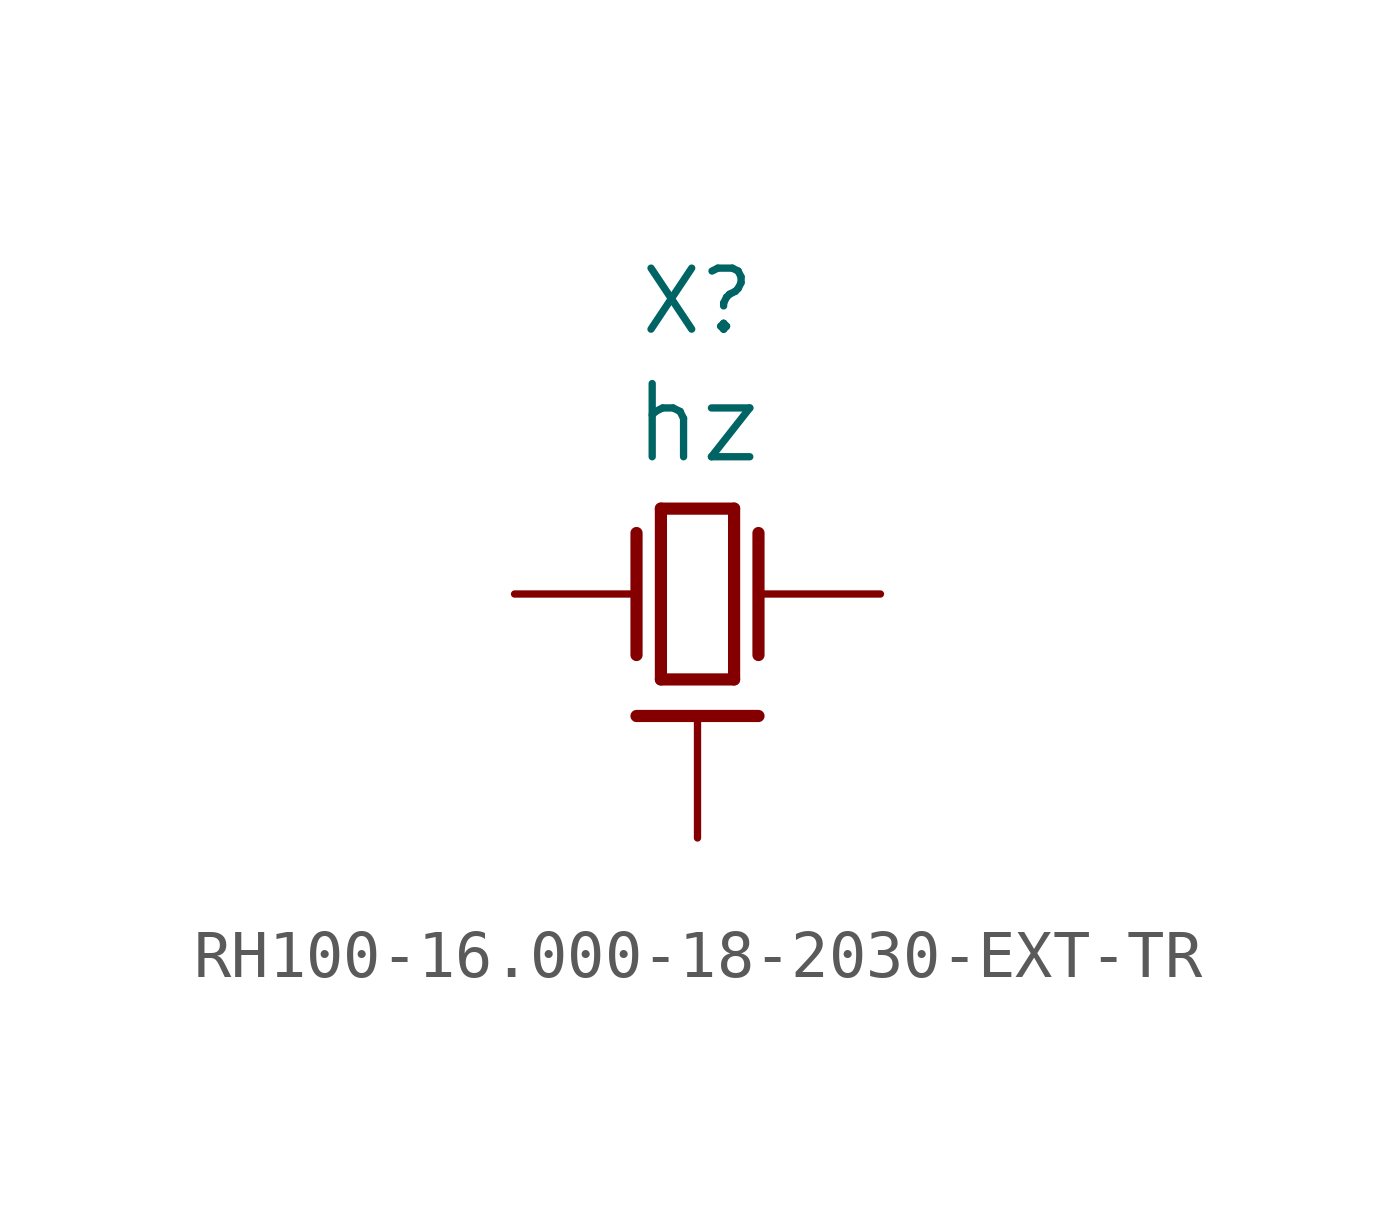
<source format=kicad_sym>
(kicad_symbol_lib
  (version 20231120)
  (generator "kicad_symbol_editor")
  (generator_version "8.0")
  (symbol "RH100-16.000-18-2030-EXT-TR"
    (pin_numbers hide)
    (pin_names
      (offset 0.254) hide)
    (property "Reference" "X"
      (at 12.7 4.826 0)
      (effects (font (size 1.27 1.27))))
    (property "Value" "hz"
      (at 12.7 2.286 0)
      (effects (font (size 1.524 1.524))))
    (symbol "RH100-16.000-18-2030-EXT-TR_0_1"
      (polyline (pts (xy 11.43 0) (xy 11.43 -2.54)) (stroke (width 0.254) (type default)) (fill (type none)))
      (polyline (pts (xy 11.938 -3.048) (xy 13.462 -3.048)) (stroke (width 0.254) (type default)) (fill (type none)))
      (polyline (pts (xy 11.938 0.508) (xy 11.938 -3.048)) (stroke (width 0.254) (type default)) (fill (type none)))
      (polyline (pts (xy 13.462 -3.048) (xy 13.462 0.508)) (stroke (width 0.254) (type default)) (fill (type none)))
      (polyline (pts (xy 13.462 0.508) (xy 11.938 0.508)) (stroke (width 0.254) (type default)) (fill (type none))))
    (symbol "RH100-16.000-18-2030-EXT-TR_1_1"
      (polyline (pts (xy 11.43 -3.81) (xy 13.97 -3.81)) (stroke (width 0.254) (type default)) (fill (type none)))
      (polyline (pts (xy 13.97 0) (xy 13.97 -2.54)) (stroke (width 0.254) (type default)) (fill (type none)))
      (pin passive line (at 8.89 -1.27 0) (length 2.54) (name "1" (effects (font (size 1.27 1.27)))) (number "1" (effects (font (size 1.27 1.27)))))
      (pin passive line (at 12.7 -6.35 90) (length 2.54) hide (name "2" (effects (font (size 1.27 1.27)))) (number "2" (effects (font (size 1.27 1.27)))))
      (pin passive line (at 16.51 -1.27 180) (length 2.54) (name "3" (effects (font (size 1.27 1.27)))) (number "3" (effects (font (size 1.27 1.27)))))
      (pin passive line (at 12.7 -6.35 90) (length 2.54) (name "4" (effects (font (size 1.27 1.27)))) (number "4" (effects (font (size 1.27 1.27))))))))
</source>
